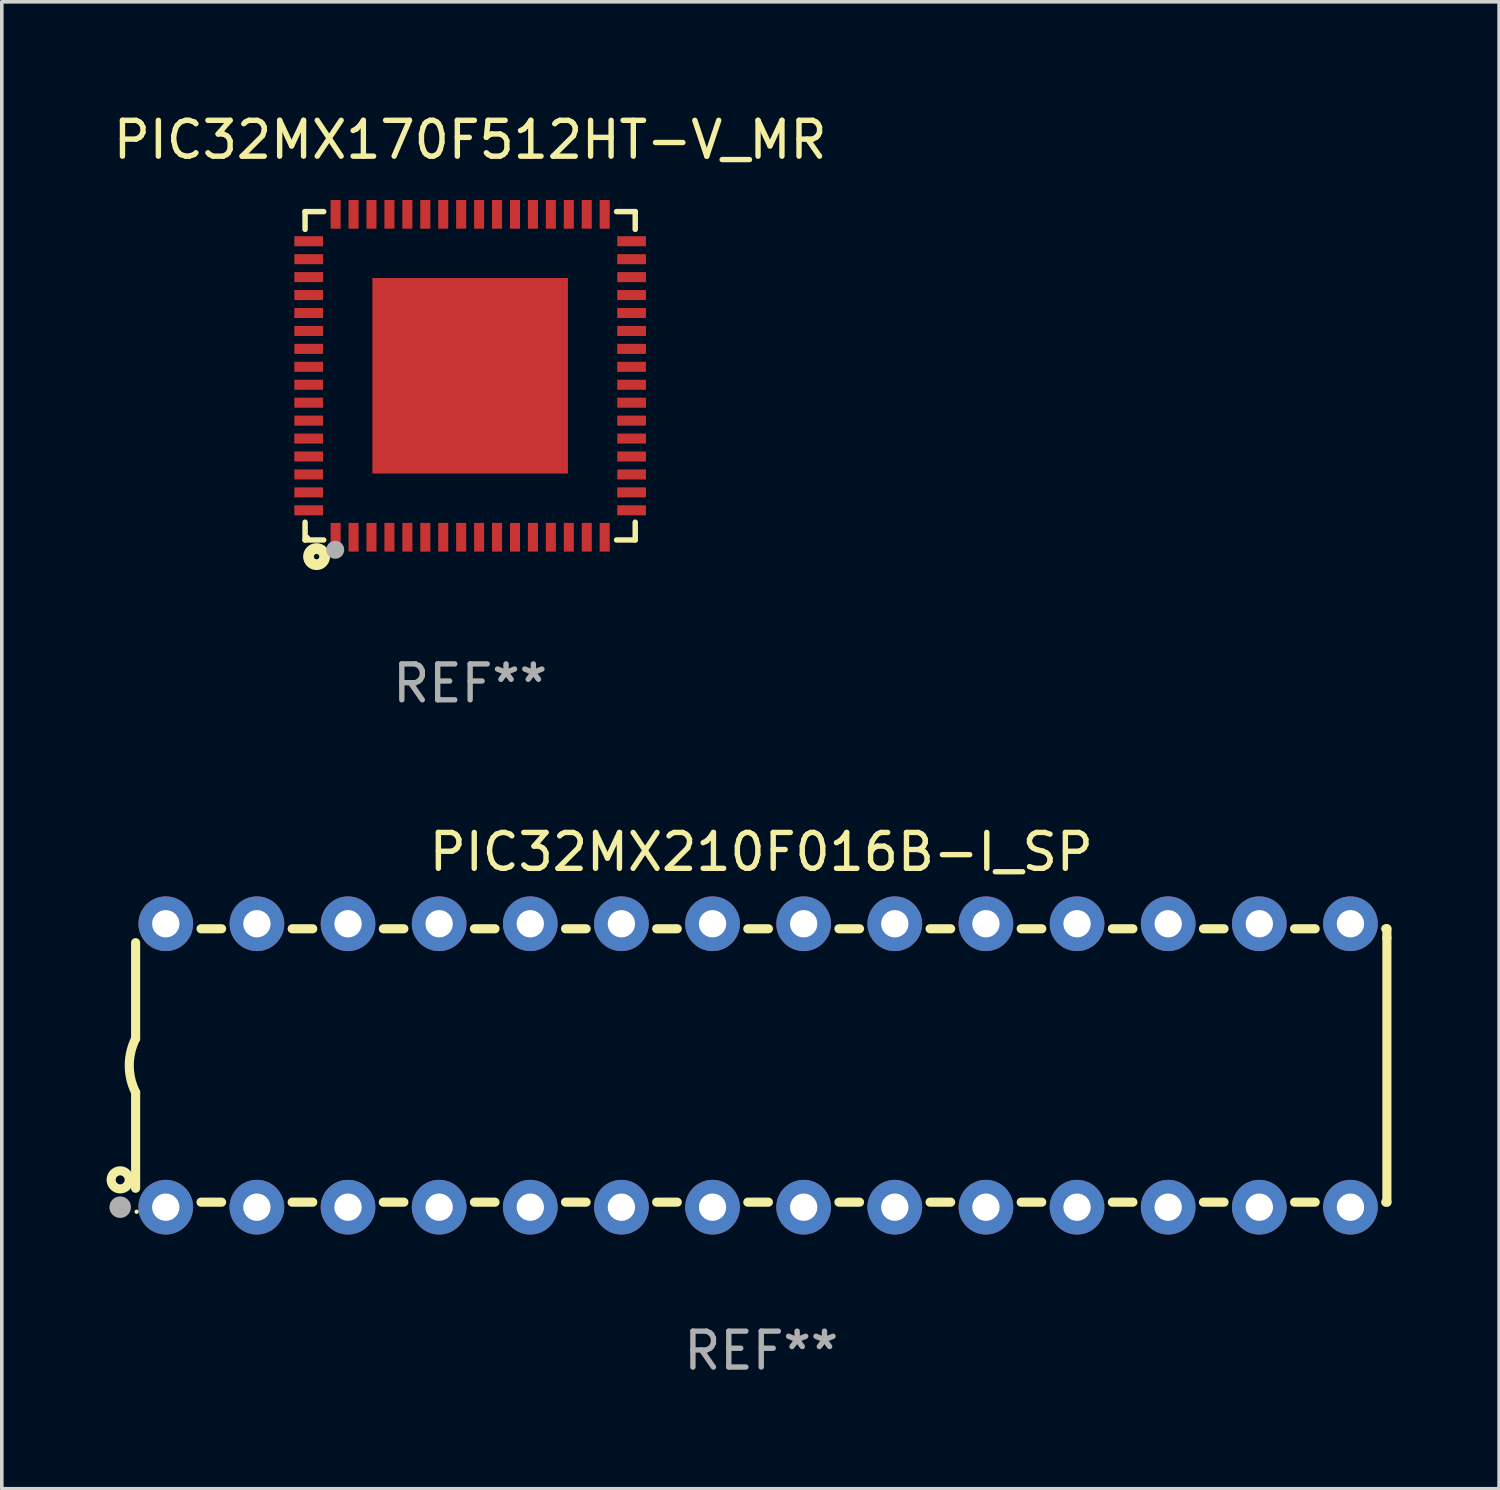
<source format=kicad_pcb>
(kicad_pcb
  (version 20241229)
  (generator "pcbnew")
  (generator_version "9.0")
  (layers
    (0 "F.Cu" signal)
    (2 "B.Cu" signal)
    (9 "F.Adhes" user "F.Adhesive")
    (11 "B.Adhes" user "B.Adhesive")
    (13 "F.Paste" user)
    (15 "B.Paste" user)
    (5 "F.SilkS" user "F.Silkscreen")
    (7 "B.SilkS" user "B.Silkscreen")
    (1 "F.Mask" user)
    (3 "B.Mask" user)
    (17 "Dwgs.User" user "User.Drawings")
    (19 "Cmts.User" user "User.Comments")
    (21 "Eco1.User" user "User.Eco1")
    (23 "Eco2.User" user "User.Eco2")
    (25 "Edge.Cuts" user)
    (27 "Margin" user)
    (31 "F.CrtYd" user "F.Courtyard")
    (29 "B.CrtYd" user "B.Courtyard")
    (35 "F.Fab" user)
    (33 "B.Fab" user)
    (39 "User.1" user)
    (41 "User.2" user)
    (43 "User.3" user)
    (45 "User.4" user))
  (footprint "PIC32MX170F512HT-V_MR"
    (layer "F.Cu")
    (at 10.054 7.424)
    (property "Reference" "PIC32MX170F512HT-V_MR" (at 0 -6.576 0) (layer "F.SilkS") (effects (font (size 1 1) (thickness 0.15))))
    (attr through_hole)
    (fp_line (start -4.601 -4.576) (end -4.081 -4.576) (stroke (width 0.152) (type solid)) (layer "F.SilkS"))
    (fp_line (start -4.601 -4.081) (end -4.601 -4.576) (stroke (width 0.152) (type solid)) (layer "F.SilkS"))
    (fp_line (start -4.601 4.081) (end -4.601 4.576) (stroke (width 0.152) (type solid)) (layer "F.SilkS"))
    (fp_line (start -4.601 4.576) (end -4.081 4.576) (stroke (width 0.152) (type solid)) (layer "F.SilkS"))
    (fp_line (start 4.601 -4.576) (end 4.081 -4.576) (stroke (width 0.152) (type solid)) (layer "F.SilkS"))
    (fp_line (start 4.601 -4.081) (end 4.601 -4.576) (stroke (width 0.152) (type solid)) (layer "F.SilkS"))
    (fp_line (start 4.601 4.081) (end 4.601 4.576) (stroke (width 0.152) (type solid)) (layer "F.SilkS"))
    (fp_line (start 4.601 4.576) (end 4.081 4.576) (stroke (width 0.152) (type solid)) (layer "F.SilkS"))
    (fp_circle (center -4.525 4.5) (end -4.495 4.5) (stroke (width 0.06) (type solid)) (fill no) (layer "F.SilkS"))
    (fp_circle (center -4.28 5.04) (end -4.205 5.04) (stroke (width 0.3) (type solid)) (fill no) (layer "F.SilkS"))
    (fp_circle (center -3.76 4.85) (end -3.635 4.85) (stroke (width 0.25) (type solid)) (fill no) (layer "F.Fab"))
    (fp_text user "REF**" (at 0 8.576 0) (layer "F.Fab") (effects (font (size 1 1) (thickness 0.15))))
    (pad "1" smd rect (at -3.75 4.5) (size 0.28 0.8) (layers "F.Cu" "F.Mask" "F.Paste"))
    (pad "2" smd rect (at -3.25 4.5) (size 0.28 0.8) (layers "F.Cu" "F.Mask" "F.Paste"))
    (pad "3" smd rect (at -2.75 4.5) (size 0.28 0.8) (layers "F.Cu" "F.Mask" "F.Paste"))
    (pad "4" smd rect (at -2.25 4.5) (size 0.28 0.8) (layers "F.Cu" "F.Mask" "F.Paste"))
    (pad "5" smd rect (at -1.75 4.5) (size 0.28 0.8) (layers "F.Cu" "F.Mask" "F.Paste"))
    (pad "6" smd rect (at -1.25 4.5) (size 0.28 0.8) (layers "F.Cu" "F.Mask" "F.Paste"))
    (pad "7" smd rect (at -0.75 4.5) (size 0.28 0.8) (layers "F.Cu" "F.Mask" "F.Paste"))
    (pad "8" smd rect (at -0.25 4.5) (size 0.28 0.8) (layers "F.Cu" "F.Mask" "F.Paste"))
    (pad "9" smd rect (at 0.25 4.5) (size 0.28 0.8) (layers "F.Cu" "F.Mask" "F.Paste"))
    (pad "10" smd rect (at 0.75 4.5) (size 0.28 0.8) (layers "F.Cu" "F.Mask" "F.Paste"))
    (pad "11" smd rect (at 1.25 4.5) (size 0.28 0.8) (layers "F.Cu" "F.Mask" "F.Paste"))
    (pad "12" smd rect (at 1.75 4.5) (size 0.28 0.8) (layers "F.Cu" "F.Mask" "F.Paste"))
    (pad "13" smd rect (at 2.25 4.5) (size 0.28 0.8) (layers "F.Cu" "F.Mask" "F.Paste"))
    (pad "14" smd rect (at 2.75 4.5) (size 0.28 0.8) (layers "F.Cu" "F.Mask" "F.Paste"))
    (pad "15" smd rect (at 3.25 4.5) (size 0.28 0.8) (layers "F.Cu" "F.Mask" "F.Paste"))
    (pad "16" smd rect (at 3.75 4.5) (size 0.28 0.8) (layers "F.Cu" "F.Mask" "F.Paste"))
    (pad "17" smd rect (at 4.5 3.75) (size 0.8 0.28) (layers "F.Cu" "F.Mask" "F.Paste"))
    (pad "18" smd rect (at 4.5 3.25) (size 0.8 0.28) (layers "F.Cu" "F.Mask" "F.Paste"))
    (pad "19" smd rect (at 4.5 2.75) (size 0.8 0.28) (layers "F.Cu" "F.Mask" "F.Paste"))
    (pad "20" smd rect (at 4.5 2.25) (size 0.8 0.28) (layers "F.Cu" "F.Mask" "F.Paste"))
    (pad "21" smd rect (at 4.5 1.75) (size 0.8 0.28) (layers "F.Cu" "F.Mask" "F.Paste"))
    (pad "22" smd rect (at 4.5 1.25) (size 0.8 0.28) (layers "F.Cu" "F.Mask" "F.Paste"))
    (pad "23" smd rect (at 4.5 0.75) (size 0.8 0.28) (layers "F.Cu" "F.Mask" "F.Paste"))
    (pad "24" smd rect (at 4.5 0.25) (size 0.8 0.28) (layers "F.Cu" "F.Mask" "F.Paste"))
    (pad "25" smd rect (at 4.5 -0.25) (size 0.8 0.28) (layers "F.Cu" "F.Mask" "F.Paste"))
    (pad "26" smd rect (at 4.5 -0.75) (size 0.8 0.28) (layers "F.Cu" "F.Mask" "F.Paste"))
    (pad "27" smd rect (at 4.5 -1.25) (size 0.8 0.28) (layers "F.Cu" "F.Mask" "F.Paste"))
    (pad "28" smd rect (at 4.5 -1.75) (size 0.8 0.28) (layers "F.Cu" "F.Mask" "F.Paste"))
    (pad "29" smd rect (at 4.5 -2.25) (size 0.8 0.28) (layers "F.Cu" "F.Mask" "F.Paste"))
    (pad "30" smd rect (at 4.5 -2.75) (size 0.8 0.28) (layers "F.Cu" "F.Mask" "F.Paste"))
    (pad "31" smd rect (at 4.5 -3.25) (size 0.8 0.28) (layers "F.Cu" "F.Mask" "F.Paste"))
    (pad "32" smd rect (at 4.5 -3.75) (size 0.8 0.28) (layers "F.Cu" "F.Mask" "F.Paste"))
    (pad "33" smd rect (at 3.75 -4.5) (size 0.28 0.8) (layers "F.Cu" "F.Mask" "F.Paste"))
    (pad "34" smd rect (at 3.25 -4.5) (size 0.28 0.8) (layers "F.Cu" "F.Mask" "F.Paste"))
    (pad "35" smd rect (at 2.75 -4.5) (size 0.28 0.8) (layers "F.Cu" "F.Mask" "F.Paste"))
    (pad "36" smd rect (at 2.25 -4.5) (size 0.28 0.8) (layers "F.Cu" "F.Mask" "F.Paste"))
    (pad "37" smd rect (at 1.75 -4.5) (size 0.28 0.8) (layers "F.Cu" "F.Mask" "F.Paste"))
    (pad "38" smd rect (at 1.25 -4.5) (size 0.28 0.8) (layers "F.Cu" "F.Mask" "F.Paste"))
    (pad "39" smd rect (at 0.75 -4.5) (size 0.28 0.8) (layers "F.Cu" "F.Mask" "F.Paste"))
    (pad "40" smd rect (at 0.25 -4.5) (size 0.28 0.8) (layers "F.Cu" "F.Mask" "F.Paste"))
    (pad "41" smd rect (at -0.25 -4.5) (size 0.28 0.8) (layers "F.Cu" "F.Mask" "F.Paste"))
    (pad "42" smd rect (at -0.75 -4.5) (size 0.28 0.8) (layers "F.Cu" "F.Mask" "F.Paste"))
    (pad "43" smd rect (at -1.25 -4.5) (size 0.28 0.8) (layers "F.Cu" "F.Mask" "F.Paste"))
    (pad "44" smd rect (at -1.75 -4.5) (size 0.28 0.8) (layers "F.Cu" "F.Mask" "F.Paste"))
    (pad "45" smd rect (at -2.25 -4.5) (size 0.28 0.8) (layers "F.Cu" "F.Mask" "F.Paste"))
    (pad "46" smd rect (at -2.75 -4.5) (size 0.28 0.8) (layers "F.Cu" "F.Mask" "F.Paste"))
    (pad "47" smd rect (at -3.25 -4.5) (size 0.28 0.8) (layers "F.Cu" "F.Mask" "F.Paste"))
    (pad "48" smd rect (at -3.75 -4.5) (size 0.28 0.8) (layers "F.Cu" "F.Mask" "F.Paste"))
    (pad "49" smd rect (at -4.5 -3.75) (size 0.8 0.28) (layers "F.Cu" "F.Mask" "F.Paste"))
    (pad "50" smd rect (at -4.5 -3.25) (size 0.8 0.28) (layers "F.Cu" "F.Mask" "F.Paste"))
    (pad "51" smd rect (at -4.5 -2.75) (size 0.8 0.28) (layers "F.Cu" "F.Mask" "F.Paste"))
    (pad "52" smd rect (at -4.5 -2.25) (size 0.8 0.28) (layers "F.Cu" "F.Mask" "F.Paste"))
    (pad "53" smd rect (at -4.5 -1.75) (size 0.8 0.28) (layers "F.Cu" "F.Mask" "F.Paste"))
    (pad "54" smd rect (at -4.5 -1.25) (size 0.8 0.28) (layers "F.Cu" "F.Mask" "F.Paste"))
    (pad "55" smd rect (at -4.5 -0.75) (size 0.8 0.28) (layers "F.Cu" "F.Mask" "F.Paste"))
    (pad "56" smd rect (at -4.5 -0.25) (size 0.8 0.28) (layers "F.Cu" "F.Mask" "F.Paste"))
    (pad "57" smd rect (at -4.5 0.25) (size 0.8 0.28) (layers "F.Cu" "F.Mask" "F.Paste"))
    (pad "58" smd rect (at -4.5 0.75) (size 0.8 0.28) (layers "F.Cu" "F.Mask" "F.Paste"))
    (pad "59" smd rect (at -4.5 1.25) (size 0.8 0.28) (layers "F.Cu" "F.Mask" "F.Paste"))
    (pad "60" smd rect (at -4.5 1.75) (size 0.8 0.28) (layers "F.Cu" "F.Mask" "F.Paste"))
    (pad "61" smd rect (at -4.5 2.25) (size 0.8 0.28) (layers "F.Cu" "F.Mask" "F.Paste"))
    (pad "62" smd rect (at -4.5 2.75) (size 0.8 0.28) (layers "F.Cu" "F.Mask" "F.Paste"))
    (pad "63" smd rect (at -4.5 3.25) (size 0.8 0.28) (layers "F.Cu" "F.Mask" "F.Paste"))
    (pad "64" smd rect (at -4.5 3.75) (size 0.8 0.28) (layers "F.Cu" "F.Mask" "F.Paste"))
    (pad "65" smd rect (at 0 0) (size 5.45 5.45) (layers "F.Cu" "F.Mask" "F.Paste")))
  (footprint "PIC32MX210F016B-I_SP"
    (layer "F.Cu")
    (at 18.168 26.647)
    (property "Reference" "PIC32MX210F016B-I_SP" (at 0 -5.95 0) (layer "F.SilkS") (effects (font (size 1 1) (thickness 0.15))))
    (attr through_hole)
    (fp_line (start -17.438 0.75) (end -17.438 3.423) (stroke (width 0.254) (type solid)) (layer "F.SilkS"))
    (fp_line (start -17.438 -3.423) (end -17.438 -0.75) (stroke (width 0.254) (type solid)) (layer "F.SilkS"))
    (fp_line (start -15.615 3.81) (end -15.041 3.81) (stroke (width 0.254) (type solid)) (layer "F.SilkS"))
    (fp_line (start -15.041 -3.81) (end -15.614 -3.81) (stroke (width 0.254) (type solid)) (layer "F.SilkS"))
    (fp_line (start -13.075 3.81) (end -12.501 3.81) (stroke (width 0.254) (type solid)) (layer "F.SilkS"))
    (fp_line (start -12.501 -3.81) (end -13.074 -3.81) (stroke (width 0.254) (type solid)) (layer "F.SilkS"))
    (fp_line (start -10.535 3.81) (end -9.961 3.81) (stroke (width 0.254) (type solid)) (layer "F.SilkS"))
    (fp_line (start -9.961 -3.81) (end -10.534 -3.81) (stroke (width 0.254) (type solid)) (layer "F.SilkS"))
    (fp_line (start -7.995 3.81) (end -7.421 3.81) (stroke (width 0.254) (type solid)) (layer "F.SilkS"))
    (fp_line (start -7.421 -3.81) (end -7.995 -3.81) (stroke (width 0.254) (type solid)) (layer "F.SilkS"))
    (fp_line (start -5.455 3.81) (end -4.881 3.81) (stroke (width 0.254) (type solid)) (layer "F.SilkS"))
    (fp_line (start -4.881 -3.81) (end -5.455 -3.81) (stroke (width 0.254) (type solid)) (layer "F.SilkS"))
    (fp_line (start -2.915 3.81) (end -2.341 3.81) (stroke (width 0.254) (type solid)) (layer "F.SilkS"))
    (fp_line (start -2.341 -3.81) (end -2.915 -3.81) (stroke (width 0.254) (type solid)) (layer "F.SilkS"))
    (fp_line (start -0.375 3.81) (end 0.199 3.81) (stroke (width 0.254) (type solid)) (layer "F.SilkS"))
    (fp_line (start 0.199 -3.81) (end -0.375 -3.81) (stroke (width 0.254) (type solid)) (layer "F.SilkS"))
    (fp_line (start 2.165 3.81) (end 2.739 3.81) (stroke (width 0.254) (type solid)) (layer "F.SilkS"))
    (fp_line (start 2.739 -3.81) (end 2.165 -3.81) (stroke (width 0.254) (type solid)) (layer "F.SilkS"))
    (fp_line (start 4.705 3.81) (end 5.279 3.81) (stroke (width 0.254) (type solid)) (layer "F.SilkS"))
    (fp_line (start 5.279 -3.81) (end 4.705 -3.81) (stroke (width 0.254) (type solid)) (layer "F.SilkS"))
    (fp_line (start 7.245 3.81) (end 7.819 3.81) (stroke (width 0.254) (type solid)) (layer "F.SilkS"))
    (fp_line (start 7.819 -3.81) (end 7.245 -3.81) (stroke (width 0.254) (type solid)) (layer "F.SilkS"))
    (fp_line (start 9.785 3.81) (end 10.359 3.81) (stroke (width 0.254) (type solid)) (layer "F.SilkS"))
    (fp_line (start 10.359 -3.81) (end 9.785 -3.81) (stroke (width 0.254) (type solid)) (layer "F.SilkS"))
    (fp_line (start 12.325 3.81) (end 12.899 3.81) (stroke (width 0.254) (type solid)) (layer "F.SilkS"))
    (fp_line (start 12.899 -3.81) (end 12.325 -3.81) (stroke (width 0.254) (type solid)) (layer "F.SilkS"))
    (fp_line (start 14.865 3.81) (end 15.439 3.81) (stroke (width 0.254) (type solid)) (layer "F.SilkS"))
    (fp_line (start 15.439 -3.81) (end 14.865 -3.81) (stroke (width 0.254) (type solid)) (layer "F.SilkS"))
    (fp_line (start 17.405 3.81) (end 17.438 3.81) (stroke (width 0.254) (type solid)) (layer "F.SilkS"))
    (fp_line (start 17.438 -3.81) (end 17.405 -3.81) (stroke (width 0.254) (type solid)) (layer "F.SilkS"))
    (fp_line (start 17.438 -3.556) (end 17.438 -3.81) (stroke (width 0.254) (type solid)) (layer "F.SilkS"))
    (fp_line (start 17.438 3.81) (end 17.438 -3.556) (stroke (width 0.254) (type solid)) (layer "F.SilkS"))
    (fp_arc (start -17.437986 0.749657) (mid -17.614887 -0.000024) (end -17.437783 -0.749657) (stroke (width 0.254001) (type solid)) (layer "F.SilkS"))
    (fp_circle (center -17.868 3.188) (end -17.743 3.188) (stroke (width 0.254) (type solid)) (fill no) (layer "F.SilkS"))
    (fp_circle (center -17.411 4.077) (end -17.381 4.077) (stroke (width 0.06) (type solid)) (fill no) (layer "F.SilkS"))
    (fp_circle (center -17.868 3.95) (end -17.718 3.95) (stroke (width 0.3) (type solid)) (fill no) (layer "F.Fab"))
    (fp_text user "REF**" (at 0 7.95 0) (layer "F.Fab") (effects (font (size 1 1) (thickness 0.15))))
    (pad "1" thru_hole circle (at -16.598 3.95) (size 1.524 1.524) (drill 0.762) (layers "*.Cu" "*.Mask"))
    (pad "2" thru_hole circle (at -14.058 3.95) (size 1.524 1.524) (drill 0.762) (layers "*.Cu" "*.Mask"))
    (pad "3" thru_hole circle (at -11.518 3.95) (size 1.524 1.524) (drill 0.762) (layers "*.Cu" "*.Mask"))
    (pad "4" thru_hole circle (at -8.978 3.95) (size 1.524 1.524) (drill 0.762) (layers "*.Cu" "*.Mask"))
    (pad "5" thru_hole circle (at -6.438 3.95) (size 1.524 1.524) (drill 0.762) (layers "*.Cu" "*.Mask"))
    (pad "6" thru_hole circle (at -3.898 3.95) (size 1.524 1.524) (drill 0.762) (layers "*.Cu" "*.Mask"))
    (pad "7" thru_hole circle (at -1.358 3.95) (size 1.524 1.524) (drill 0.762) (layers "*.Cu" "*.Mask"))
    (pad "8" thru_hole circle (at 1.182 3.95) (size 1.524 1.524) (drill 0.762) (layers "*.Cu" "*.Mask"))
    (pad "9" thru_hole circle (at 3.722 3.95) (size 1.524 1.524) (drill 0.762) (layers "*.Cu" "*.Mask"))
    (pad "10" thru_hole circle (at 6.262 3.95) (size 1.524 1.524) (drill 0.762) (layers "*.Cu" "*.Mask"))
    (pad "11" thru_hole circle (at 8.802 3.95) (size 1.524 1.524) (drill 0.762) (layers "*.Cu" "*.Mask"))
    (pad "12" thru_hole circle (at 11.342 3.95) (size 1.524 1.524) (drill 0.762) (layers "*.Cu" "*.Mask"))
    (pad "13" thru_hole circle (at 13.882 3.95) (size 1.524 1.524) (drill 0.762) (layers "*.Cu" "*.Mask"))
    (pad "14" thru_hole circle (at 16.422 3.95) (size 1.524 1.524) (drill 0.762) (layers "*.Cu" "*.Mask"))
    (pad "15" thru_hole circle (at 16.422 -3.95) (size 1.524 1.524) (drill 0.762) (layers "*.Cu" "*.Mask"))
    (pad "16" thru_hole circle (at 13.882 -3.95) (size 1.524 1.524) (drill 0.762) (layers "*.Cu" "*.Mask"))
    (pad "17" thru_hole circle (at 11.342 -3.95) (size 1.524 1.524) (drill 0.762) (layers "*.Cu" "*.Mask"))
    (pad "18" thru_hole circle (at 8.802 -3.95) (size 1.524 1.524) (drill 0.762) (layers "*.Cu" "*.Mask"))
    (pad "19" thru_hole circle (at 6.262 -3.95) (size 1.524 1.524) (drill 0.762) (layers "*.Cu" "*.Mask"))
    (pad "20" thru_hole circle (at 3.722 -3.95) (size 1.524 1.524) (drill 0.762) (layers "*.Cu" "*.Mask"))
    (pad "21" thru_hole circle (at 1.182 -3.95) (size 1.524 1.524) (drill 0.762) (layers "*.Cu" "*.Mask"))
    (pad "22" thru_hole circle (at -1.358 -3.95) (size 1.524 1.524) (drill 0.762) (layers "*.Cu" "*.Mask"))
    (pad "23" thru_hole circle (at -3.898 -3.95) (size 1.524 1.524) (drill 0.762) (layers "*.Cu" "*.Mask"))
    (pad "24" thru_hole circle (at -6.438 -3.95) (size 1.524 1.524) (drill 0.762) (layers "*.Cu" "*.Mask"))
    (pad "25" thru_hole circle (at -8.978 -3.95) (size 1.524 1.524) (drill 0.762) (layers "*.Cu" "*.Mask"))
    (pad "26" thru_hole circle (at -11.517 -3.95) (size 1.524 1.524) (drill 0.762) (layers "*.Cu" "*.Mask"))
    (pad "27" thru_hole circle (at -14.057 -3.95) (size 1.524 1.524) (drill 0.762) (layers "*.Cu" "*.Mask"))
    (pad "28" thru_hole circle (at -16.597 -3.95) (size 1.524 1.524) (drill 0.762) (layers "*.Cu" "*.Mask")))
  (gr_rect
    (start -3 -3)
    (end 38.733 38.445)
    (stroke (width 0.1) (type default))
    (fill no)
    (layer "Edge.Cuts")))
</source>
